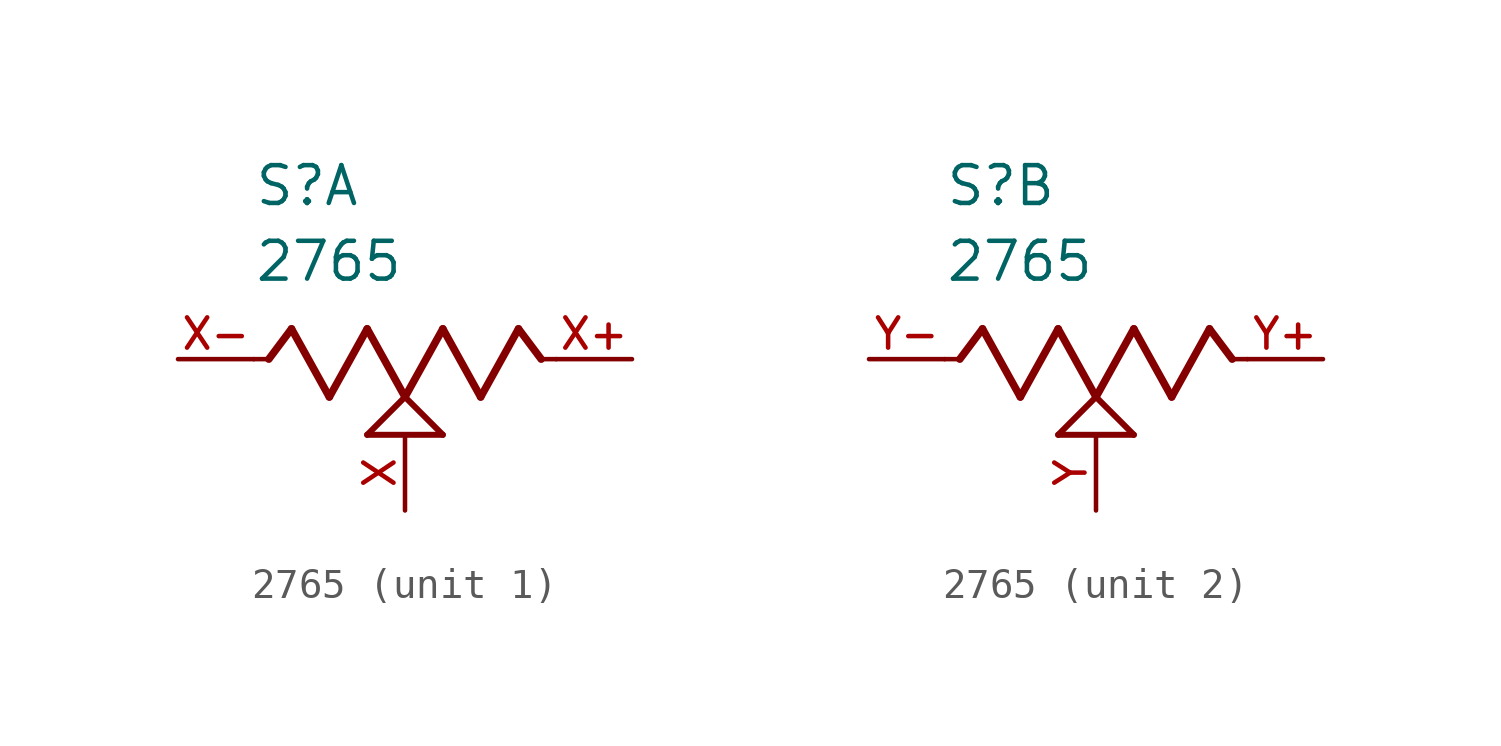
<source format=kicad_sym>
(kicad_symbol_lib
  (version 20231120)
  (generator "kicad_symbol_editor")
  (generator_version "8.0")
  (symbol "2765"
    (pin_names
      (offset 1.016))
    (property "Reference" "S"
      (at -5.08 5.08 0)
      (effects (font (size 1.27 1.27)) (justify left bottom)))
    (property "Value" "2765"
      (at -5.08 2.54 0)
      (effects (font (size 1.27 1.27)) (justify left bottom)))
    (symbol "2765_1_0"
      (polyline (pts (xy -5.08 0) (xy -4.572 0)) (stroke (width 0.152) (type default)) (fill (type none)))
      (polyline (pts (xy -4.572 0) (xy -3.81 1.016)) (stroke (width 0.254) (type default)) (fill (type none)))
      (polyline (pts (xy -3.81 1.016) (xy -2.54 -1.27)) (stroke (width 0.254) (type default)) (fill (type none)))
      (polyline (pts (xy -2.54 -1.27) (xy -1.27 1.016)) (stroke (width 0.254) (type default)) (fill (type none)))
      (polyline (pts (xy -1.27 -2.54) (xy 0 -1.27)) (stroke (width 0.203) (type default)) (fill (type none)))
      (polyline (pts (xy -1.27 1.016) (xy 0 -1.27)) (stroke (width 0.254) (type default)) (fill (type none)))
      (polyline (pts (xy 0 -1.27) (xy 1.27 -2.54)) (stroke (width 0.203) (type default)) (fill (type none)))
      (polyline (pts (xy 0 -1.27) (xy 1.27 1.016)) (stroke (width 0.254) (type default)) (fill (type none)))
      (polyline (pts (xy 1.27 -2.54) (xy -1.27 -2.54)) (stroke (width 0.203) (type default)) (fill (type none)))
      (polyline (pts (xy 1.27 1.016) (xy 2.54 -1.27)) (stroke (width 0.254) (type default)) (fill (type none)))
      (polyline (pts (xy 2.54 -1.27) (xy 3.81 1.016)) (stroke (width 0.254) (type default)) (fill (type none)))
      (polyline (pts (xy 3.81 1.016) (xy 4.572 0)) (stroke (width 0.254) (type default)) (fill (type none)))
      (polyline (pts (xy 4.572 0) (xy 5.08 0)) (stroke (width 0.152) (type default)) (fill (type none)))
      (pin passive line (at 0 -5.08 90) (length 2.54) (name "~" (effects (font (size 1.016 1.016)))) (number "X" (effects (font (size 1.016 1.016)))))
      (pin passive line (at 7.62 0 180) (length 2.54) (name "~" (effects (font (size 1.016 1.016)))) (number "X+" (effects (font (size 1.016 1.016)))))
      (pin passive line (at -7.62 0 0) (length 2.54) (name "~" (effects (font (size 1.016 1.016)))) (number "X-" (effects (font (size 1.016 1.016))))))
    (symbol "2765_2_0"
      (polyline (pts (xy -5.08 0) (xy -4.572 0)) (stroke (width 0.152) (type default)) (fill (type none)))
      (polyline (pts (xy -4.572 0) (xy -3.81 1.016)) (stroke (width 0.254) (type default)) (fill (type none)))
      (polyline (pts (xy -3.81 1.016) (xy -2.54 -1.27)) (stroke (width 0.254) (type default)) (fill (type none)))
      (polyline (pts (xy -2.54 -1.27) (xy -1.27 1.016)) (stroke (width 0.254) (type default)) (fill (type none)))
      (polyline (pts (xy -1.27 -2.54) (xy 0 -1.27)) (stroke (width 0.203) (type default)) (fill (type none)))
      (polyline (pts (xy -1.27 1.016) (xy 0 -1.27)) (stroke (width 0.254) (type default)) (fill (type none)))
      (polyline (pts (xy 0 -1.27) (xy 1.27 -2.54)) (stroke (width 0.203) (type default)) (fill (type none)))
      (polyline (pts (xy 0 -1.27) (xy 1.27 1.016)) (stroke (width 0.254) (type default)) (fill (type none)))
      (polyline (pts (xy 1.27 -2.54) (xy -1.27 -2.54)) (stroke (width 0.203) (type default)) (fill (type none)))
      (polyline (pts (xy 1.27 1.016) (xy 2.54 -1.27)) (stroke (width 0.254) (type default)) (fill (type none)))
      (polyline (pts (xy 2.54 -1.27) (xy 3.81 1.016)) (stroke (width 0.254) (type default)) (fill (type none)))
      (polyline (pts (xy 3.81 1.016) (xy 4.572 0)) (stroke (width 0.254) (type default)) (fill (type none)))
      (polyline (pts (xy 4.572 0) (xy 5.08 0)) (stroke (width 0.152) (type default)) (fill (type none)))
      (pin passive line (at 0 -5.08 90) (length 2.54) (name "~" (effects (font (size 1.016 1.016)))) (number "Y" (effects (font (size 1.016 1.016)))))
      (pin passive line (at 7.62 0 180) (length 2.54) (name "~" (effects (font (size 1.016 1.016)))) (number "Y+" (effects (font (size 1.016 1.016)))))
      (pin passive line (at -7.62 0 0) (length 2.54) (name "~" (effects (font (size 1.016 1.016)))) (number "Y-" (effects (font (size 1.016 1.016))))))))
</source>
